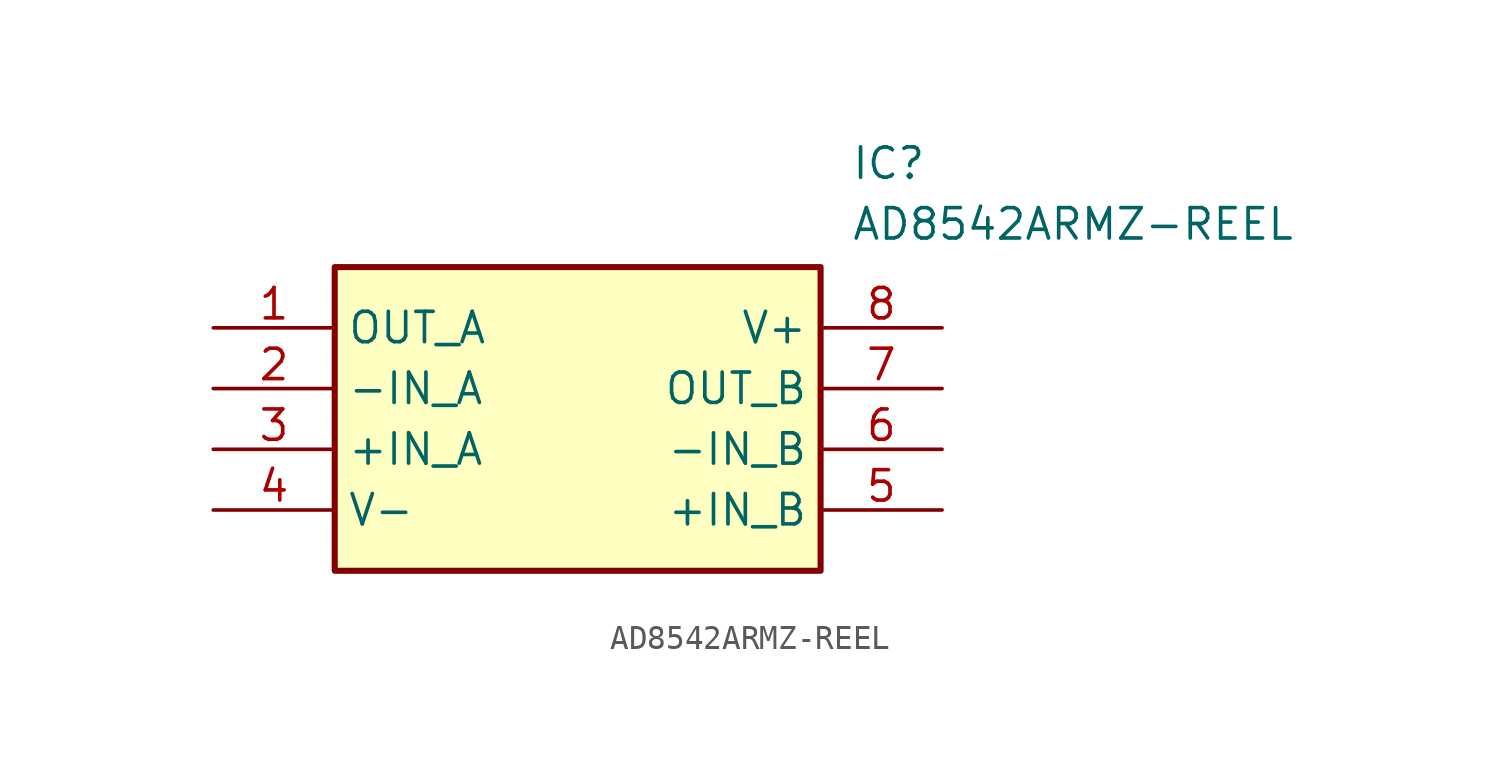
<source format=kicad_sym>
(kicad_symbol_lib
  (version 20211014)
  (generator SamacSys_ECAD_Model)
  (symbol "AD8542ARMZ-REEL"
    (property "Reference" "IC"
      (at 26.67 7.62 0)
      (effects (font (size 1.27 1.27)) (justify left top)))
    (property "Value" "AD8542ARMZ-REEL"
      (at 26.67 5.08 0)
      (effects (font (size 1.27 1.27)) (justify left top)))
    (rectangle
      (start 5.08 2.54)
      (end 25.4 -10.16)
      (stroke (width 0.254) (type default))
      (fill (type background)))
    (pin passive line
      (at 0 0 0)
      (length 5.08)
      (name "OUT_A" (effects (font (size 1.27 1.27))))
      (number "1" (effects (font (size 1.27 1.27)))))
    (pin passive line
      (at 0 -2.54 0)
      (length 5.08)
      (name "-IN_A" (effects (font (size 1.27 1.27))))
      (number "2" (effects (font (size 1.27 1.27)))))
    (pin passive line
      (at 0 -5.08 0)
      (length 5.08)
      (name "+IN_A" (effects (font (size 1.27 1.27))))
      (number "3" (effects (font (size 1.27 1.27)))))
    (pin passive line
      (at 0 -7.62 0)
      (length 5.08)
      (name "V-" (effects (font (size 1.27 1.27))))
      (number "4" (effects (font (size 1.27 1.27)))))
    (pin passive line
      (at 30.48 0 180)
      (length 5.08)
      (name "V+" (effects (font (size 1.27 1.27))))
      (number "8" (effects (font (size 1.27 1.27)))))
    (pin passive line
      (at 30.48 -2.54 180)
      (length 5.08)
      (name "OUT_B" (effects (font (size 1.27 1.27))))
      (number "7" (effects (font (size 1.27 1.27)))))
    (pin passive line
      (at 30.48 -5.08 180)
      (length 5.08)
      (name "-IN_B" (effects (font (size 1.27 1.27))))
      (number "6" (effects (font (size 1.27 1.27)))))
    (pin passive line
      (at 30.48 -7.62 180)
      (length 5.08)
      (name "+IN_B" (effects (font (size 1.27 1.27))))
      (number "5" (effects (font (size 1.27 1.27)))))))
</source>
